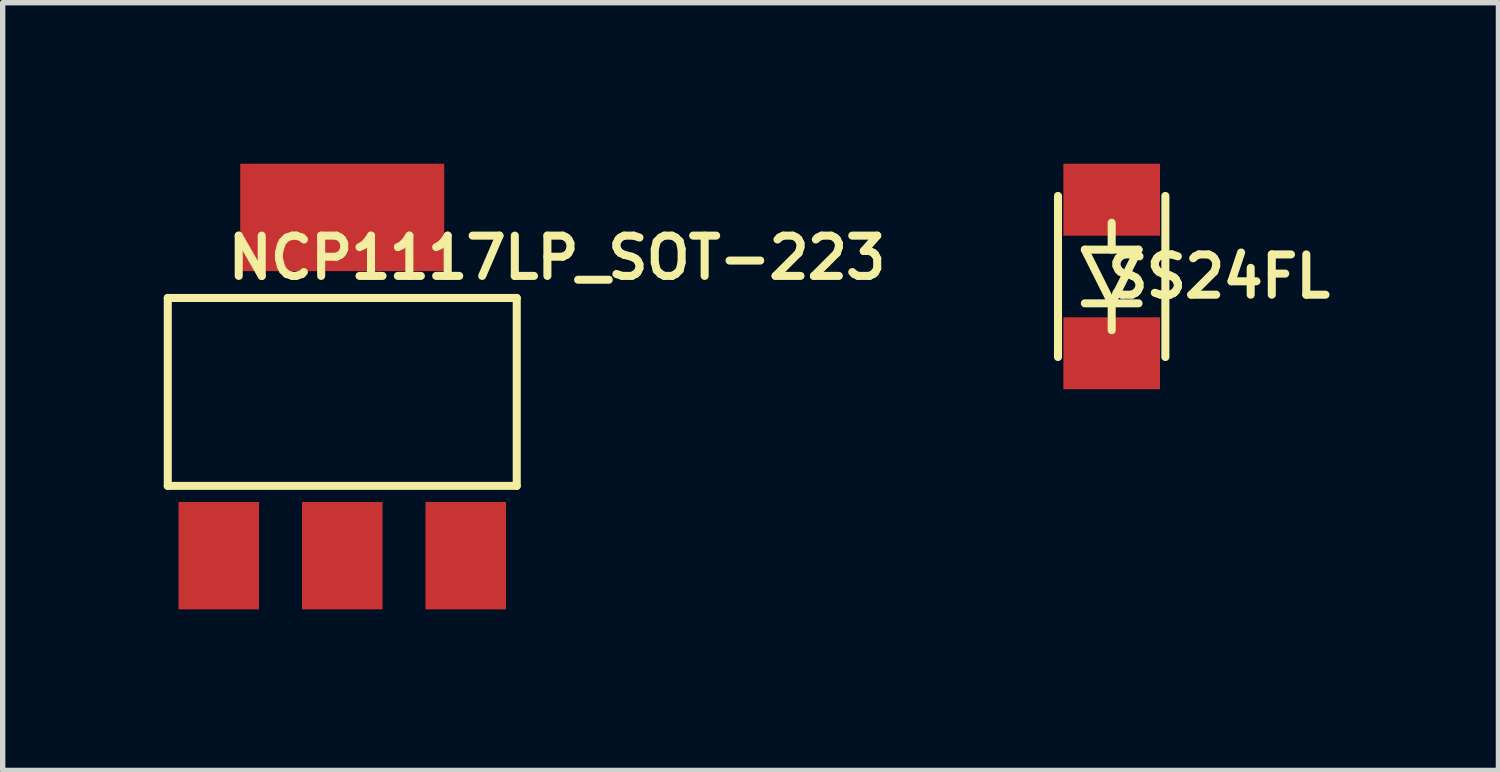
<source format=kicad_pcb>
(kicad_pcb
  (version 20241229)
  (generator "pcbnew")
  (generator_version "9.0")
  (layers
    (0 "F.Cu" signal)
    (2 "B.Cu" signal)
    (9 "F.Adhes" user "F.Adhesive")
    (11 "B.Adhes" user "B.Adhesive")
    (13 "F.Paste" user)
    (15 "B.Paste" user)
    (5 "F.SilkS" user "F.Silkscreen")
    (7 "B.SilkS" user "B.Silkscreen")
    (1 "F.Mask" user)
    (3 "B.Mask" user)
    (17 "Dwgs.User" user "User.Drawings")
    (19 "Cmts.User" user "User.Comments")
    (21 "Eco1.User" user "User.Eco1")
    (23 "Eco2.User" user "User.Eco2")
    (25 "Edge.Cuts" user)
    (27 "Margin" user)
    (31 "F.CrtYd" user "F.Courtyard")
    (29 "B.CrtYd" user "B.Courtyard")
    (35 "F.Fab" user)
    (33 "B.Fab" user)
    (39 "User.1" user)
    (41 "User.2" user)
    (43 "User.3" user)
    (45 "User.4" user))
  (footprint "SS24FL"
    (layer "F.Cu")
    (at 17.657 2.1)
    (property "Reference" "SS24FL" (at 2 0 0) (layer "F.SilkS") (effects (font (size 0.75 0.75) (thickness 0.15))))
    (attr through_hole)
    (fp_line (start -1 -1.5) (end -1 1.5) (stroke (width 0.15) (type solid)) (layer "F.SilkS"))
    (fp_line (start -0.5 -0.5) (end 0.5 -0.5) (stroke (width 0.15) (type solid)) (layer "F.SilkS"))
    (fp_line (start -0.5 0.5) (end 0.5 0.5) (stroke (width 0.15) (type solid)) (layer "F.SilkS"))
    (fp_line (start 0 -0.5) (end 0 -1) (stroke (width 0.15) (type solid)) (layer "F.SilkS"))
    (fp_line (start 0 0.5) (end -0.5 -0.5) (stroke (width 0.15) (type solid)) (layer "F.SilkS"))
    (fp_line (start 0 0.5) (end 0 1) (stroke (width 0.15) (type solid)) (layer "F.SilkS"))
    (fp_line (start 0.5 -0.5) (end 0 0.5) (stroke (width 0.15) (type solid)) (layer "F.SilkS"))
    (fp_line (start 1 1.5) (end 1 -1.5) (stroke (width 0.15) (type solid)) (layer "F.SilkS"))
    (pad "1" smd rect (at 0 1.43) (size 1.8 1.34) (layers "F.Cu" "F.Mask" "F.Paste"))
    (pad "2" smd rect (at 0 -1.43) (size 1.8 1.34) (layers "F.Cu" "F.Mask" "F.Paste")))
  (footprint "NCP1117LP_SOT-223"
    (layer "F.Cu")
    (at 3.325 4.25)
    (property "Reference" "NCP1117LP_SOT-223" (at 4 -2.5 0) (layer "F.SilkS") (effects (font (size 0.75 0.75) (thickness 0.15))))
    (attr through_hole)
    (fp_line (start -3.25 -1.75) (end 3.25 -1.75) (stroke (width 0.15) (type solid)) (layer "F.SilkS"))
    (fp_line (start -3.25 1.75) (end -3.25 -1.75) (stroke (width 0.15) (type solid)) (layer "F.SilkS"))
    (fp_line (start 3.25 -1.75) (end 3.25 1.75) (stroke (width 0.15) (type solid)) (layer "F.SilkS"))
    (fp_line (start 3.25 1.75) (end -3.25 1.75) (stroke (width 0.15) (type solid)) (layer "F.SilkS"))
    (pad "1" smd rect (at -2.3 3.05) (size 1.5 2) (layers "F.Cu" "F.Mask" "F.Paste"))
    (pad "2" smd rect (at 0 3.05) (size 1.5 2) (layers "F.Cu" "F.Mask" "F.Paste"))
    (pad "3" smd rect (at 2.3 3.05) (size 1.5 2) (layers "F.Cu" "F.Mask" "F.Paste"))
    (pad "4" smd rect (at 0 -3.25) (size 3.8 2) (layers "F.Cu" "F.Mask" "F.Paste")))
  (gr_rect
    (start -3 -3)
    (end 24.861 11.3)
    (stroke (width 0.1) (type default))
    (fill no)
    (layer "Edge.Cuts")))
</source>
